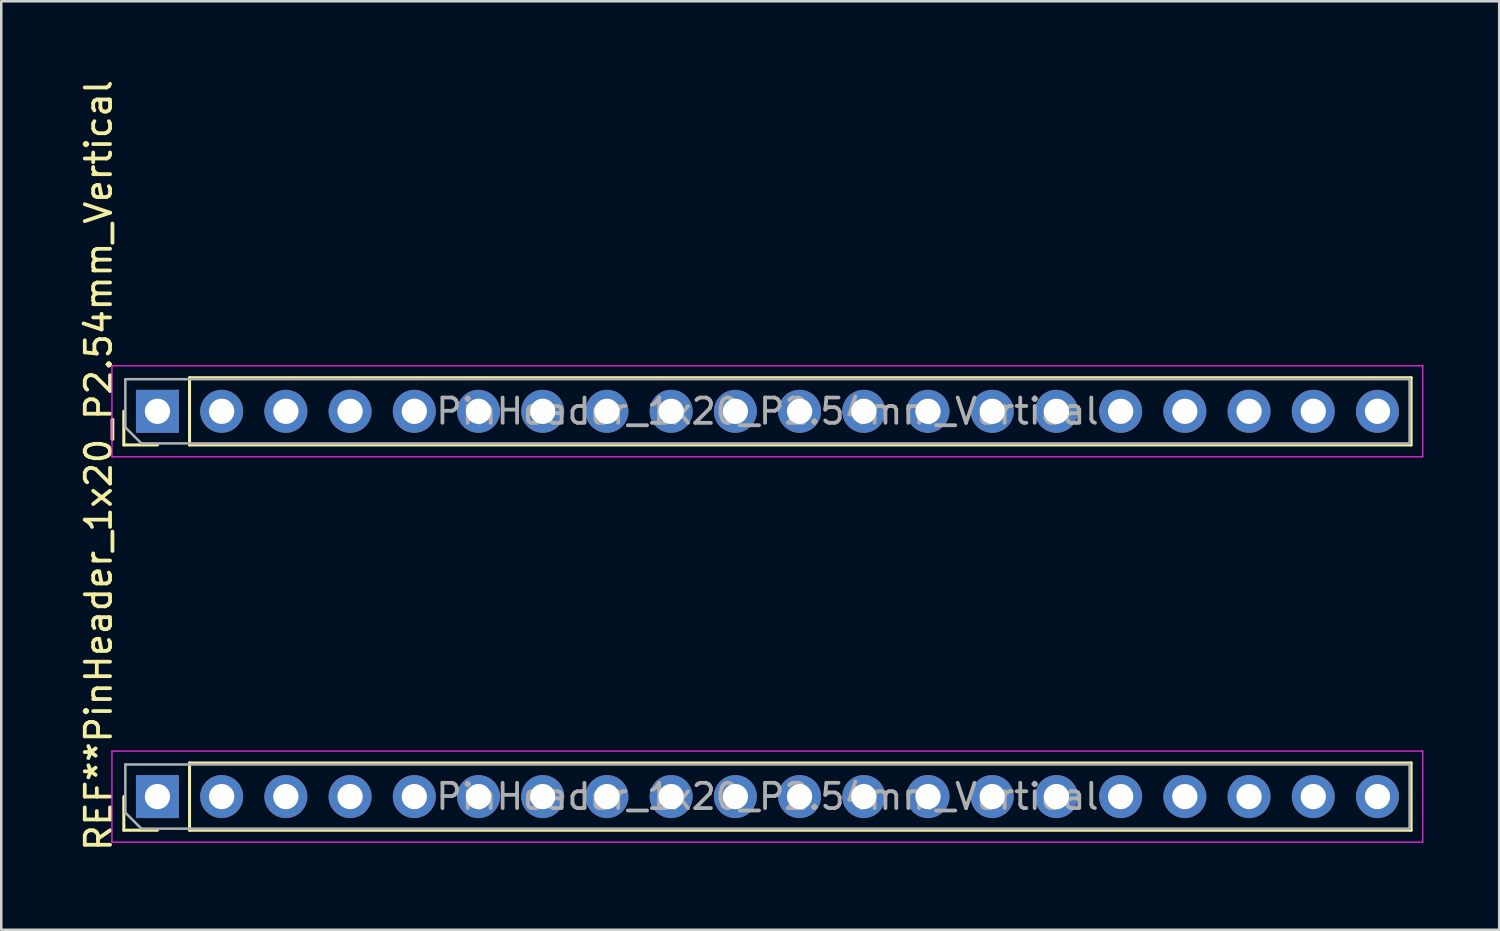
<source format=kicad_pcb>
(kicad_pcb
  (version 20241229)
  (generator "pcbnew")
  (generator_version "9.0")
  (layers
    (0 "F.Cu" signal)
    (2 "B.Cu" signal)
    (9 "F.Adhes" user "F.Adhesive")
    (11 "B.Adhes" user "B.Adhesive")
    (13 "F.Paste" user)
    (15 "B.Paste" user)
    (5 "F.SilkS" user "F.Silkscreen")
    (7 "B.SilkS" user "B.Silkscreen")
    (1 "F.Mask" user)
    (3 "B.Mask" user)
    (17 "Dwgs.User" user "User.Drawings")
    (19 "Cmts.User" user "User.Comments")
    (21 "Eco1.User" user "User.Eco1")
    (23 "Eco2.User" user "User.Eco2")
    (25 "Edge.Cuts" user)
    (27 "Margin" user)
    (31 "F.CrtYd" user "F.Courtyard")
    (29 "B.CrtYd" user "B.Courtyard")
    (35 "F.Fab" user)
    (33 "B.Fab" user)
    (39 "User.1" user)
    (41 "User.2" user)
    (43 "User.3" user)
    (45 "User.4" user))
  (footprint "PinHeader_1x20_P2.54mm_Vertical"
    (layer "F.Cu")
    (at 28.578 28.46)
    (property "Reference" "PinHeader_1x20_P2.54mm_Vertical" (at -27.73 -15.24 90) (layer "F.SilkS") (effects (font (size 1 1) (thickness 0.15))))
    (attr through_hole)
    (fp_line (start -26.73 -13.91) (end -26.73 -15.24) (stroke (width 0.12) (type solid)) (layer "F.SilkS"))
    (fp_line (start -26.73 1.33) (end -26.73 0) (stroke (width 0.12) (type solid)) (layer "F.SilkS"))
    (fp_line (start -25.4 -13.91) (end -26.73 -13.91) (stroke (width 0.12) (type solid)) (layer "F.SilkS"))
    (fp_line (start -25.4 1.33) (end -26.73 1.33) (stroke (width 0.12) (type solid)) (layer "F.SilkS"))
    (fp_line (start -24.13 -16.57) (end 24.19 -16.57) (stroke (width 0.12) (type solid)) (layer "F.SilkS"))
    (fp_line (start -24.13 -13.91) (end -24.13 -16.57) (stroke (width 0.12) (type solid)) (layer "F.SilkS"))
    (fp_line (start -24.13 -13.91) (end 24.19 -13.91) (stroke (width 0.12) (type solid)) (layer "F.SilkS"))
    (fp_line (start -24.13 -1.33) (end 24.19 -1.33) (stroke (width 0.12) (type solid)) (layer "F.SilkS"))
    (fp_line (start -24.13 1.33) (end -24.13 -1.33) (stroke (width 0.12) (type solid)) (layer "F.SilkS"))
    (fp_line (start -24.13 1.33) (end 24.19 1.33) (stroke (width 0.12) (type solid)) (layer "F.SilkS"))
    (fp_line (start 24.19 -13.91) (end 24.19 -16.57) (stroke (width 0.12) (type solid)) (layer "F.SilkS"))
    (fp_line (start 24.19 1.33) (end 24.19 -1.33) (stroke (width 0.12) (type solid)) (layer "F.SilkS"))
    (fp_line (start -27.2 -17.04) (end -27.2 -13.44) (stroke (width 0.05) (type solid)) (layer "F.CrtYd"))
    (fp_line (start -27.2 -13.44) (end 24.65 -13.44) (stroke (width 0.05) (type solid)) (layer "F.CrtYd"))
    (fp_line (start -27.2 -1.8) (end -27.2 1.8) (stroke (width 0.05) (type solid)) (layer "F.CrtYd"))
    (fp_line (start -27.2 1.8) (end 24.65 1.8) (stroke (width 0.05) (type solid)) (layer "F.CrtYd"))
    (fp_line (start 24.65 -17.04) (end -27.2 -17.04) (stroke (width 0.05) (type solid)) (layer "F.CrtYd"))
    (fp_line (start 24.65 -13.44) (end 24.65 -17.04) (stroke (width 0.05) (type solid)) (layer "F.CrtYd"))
    (fp_line (start 24.65 -1.8) (end -27.2 -1.8) (stroke (width 0.05) (type solid)) (layer "F.CrtYd"))
    (fp_line (start 24.65 1.8) (end 24.65 -1.8) (stroke (width 0.05) (type solid)) (layer "F.CrtYd"))
    (fp_line (start -26.67 -16.51) (end 24.13 -16.51) (stroke (width 0.1) (type solid)) (layer "F.Fab"))
    (fp_line (start -26.67 -14.605) (end -26.67 -16.51) (stroke (width 0.1) (type solid)) (layer "F.Fab"))
    (fp_line (start -26.67 -1.27) (end 24.13 -1.27) (stroke (width 0.1) (type solid)) (layer "F.Fab"))
    (fp_line (start -26.67 0.635) (end -26.67 -1.27) (stroke (width 0.1) (type solid)) (layer "F.Fab"))
    (fp_line (start -26.035 -13.97) (end -26.67 -14.605) (stroke (width 0.1) (type solid)) (layer "F.Fab"))
    (fp_line (start -26.035 1.27) (end -26.67 0.635) (stroke (width 0.1) (type solid)) (layer "F.Fab"))
    (fp_line (start 24.13 -16.51) (end 24.13 -13.97) (stroke (width 0.1) (type solid)) (layer "F.Fab"))
    (fp_line (start 24.13 -13.97) (end -26.035 -13.97) (stroke (width 0.1) (type solid)) (layer "F.Fab"))
    (fp_line (start 24.13 -1.27) (end 24.13 1.27) (stroke (width 0.1) (type solid)) (layer "F.Fab"))
    (fp_line (start 24.13 1.27) (end -26.035 1.27) (stroke (width 0.1) (type solid)) (layer "F.Fab"))
    (fp_text user "REF**" (at -27.73 0 90) (layer "F.SilkS") (effects (font (size 1 1) (thickness 0.15))))
    (fp_text user "${REFERENCE}" (at -1.27 -15.24 180) (layer "F.Fab") (effects (font (size 1 1) (thickness 0.15))))
    (fp_text user "${REFERENCE}" (at -1.27 0 180) (layer "F.Fab") (effects (font (size 1 1) (thickness 0.15))))
    (pad "1" thru_hole rect (at -25.4 -15.24 90) (size 1.7 1.7) (drill 1) (layers "*.Cu" "*.Mask"))
    (pad "2" thru_hole oval (at -22.86 -15.24 90) (size 1.7 1.7) (drill 1) (layers "*.Cu" "*.Mask"))
    (pad "3" thru_hole oval (at -20.32 -15.24 90) (size 1.7 1.7) (drill 1) (layers "*.Cu" "*.Mask"))
    (pad "4" thru_hole oval (at -17.78 -15.24 90) (size 1.7 1.7) (drill 1) (layers "*.Cu" "*.Mask"))
    (pad "5" thru_hole oval (at -15.24 -15.24 90) (size 1.7 1.7) (drill 1) (layers "*.Cu" "*.Mask"))
    (pad "6" thru_hole oval (at -12.7 -15.24 90) (size 1.7 1.7) (drill 1) (layers "*.Cu" "*.Mask"))
    (pad "7" thru_hole oval (at -10.16 -15.24 90) (size 1.7 1.7) (drill 1) (layers "*.Cu" "*.Mask"))
    (pad "8" thru_hole oval (at -7.62 -15.24 90) (size 1.7 1.7) (drill 1) (layers "*.Cu" "*.Mask"))
    (pad "9" thru_hole oval (at -5.08 -15.24 90) (size 1.7 1.7) (drill 1) (layers "*.Cu" "*.Mask"))
    (pad "10" thru_hole oval (at -2.54 -15.24 90) (size 1.7 1.7) (drill 1) (layers "*.Cu" "*.Mask"))
    (pad "11" thru_hole oval (at 0 -15.24 90) (size 1.7 1.7) (drill 1) (layers "*.Cu" "*.Mask"))
    (pad "12" thru_hole oval (at 2.54 -15.24 90) (size 1.7 1.7) (drill 1) (layers "*.Cu" "*.Mask"))
    (pad "13" thru_hole oval (at 5.08 -15.24 90) (size 1.7 1.7) (drill 1) (layers "*.Cu" "*.Mask"))
    (pad "14" thru_hole oval (at 7.62 -15.24 90) (size 1.7 1.7) (drill 1) (layers "*.Cu" "*.Mask"))
    (pad "15" thru_hole oval (at 10.16 -15.24 90) (size 1.7 1.7) (drill 1) (layers "*.Cu" "*.Mask"))
    (pad "16" thru_hole oval (at 12.7 -15.24 90) (size 1.7 1.7) (drill 1) (layers "*.Cu" "*.Mask"))
    (pad "17" thru_hole oval (at 15.24 -15.24 90) (size 1.7 1.7) (drill 1) (layers "*.Cu" "*.Mask"))
    (pad "18" thru_hole oval (at 17.78 -15.24 90) (size 1.7 1.7) (drill 1) (layers "*.Cu" "*.Mask"))
    (pad "19" thru_hole oval (at 20.32 -15.24 90) (size 1.7 1.7) (drill 1) (layers "*.Cu" "*.Mask"))
    (pad "20" thru_hole oval (at 22.86 -15.24 90) (size 1.7 1.7) (drill 1) (layers "*.Cu" "*.Mask"))
    (pad "21" thru_hole oval (at 22.86 0 90) (size 1.7 1.7) (drill 1) (layers "*.Cu" "*.Mask"))
    (pad "22" thru_hole oval (at 20.32 0 90) (size 1.7 1.7) (drill 1) (layers "*.Cu" "*.Mask"))
    (pad "23" thru_hole oval (at 17.78 0 90) (size 1.7 1.7) (drill 1) (layers "*.Cu" "*.Mask"))
    (pad "24" thru_hole oval (at 15.24 0 90) (size 1.7 1.7) (drill 1) (layers "*.Cu" "*.Mask"))
    (pad "25" thru_hole oval (at 12.7 0 90) (size 1.7 1.7) (drill 1) (layers "*.Cu" "*.Mask"))
    (pad "26" thru_hole oval (at 10.16 0 90) (size 1.7 1.7) (drill 1) (layers "*.Cu" "*.Mask"))
    (pad "27" thru_hole oval (at 7.62 0 90) (size 1.7 1.7) (drill 1) (layers "*.Cu" "*.Mask"))
    (pad "28" thru_hole oval (at 5.08 0 90) (size 1.7 1.7) (drill 1) (layers "*.Cu" "*.Mask"))
    (pad "29" thru_hole oval (at 2.54 0 90) (size 1.7 1.7) (drill 1) (layers "*.Cu" "*.Mask"))
    (pad "30" thru_hole oval (at 0 0 90) (size 1.7 1.7) (drill 1) (layers "*.Cu" "*.Mask"))
    (pad "31" thru_hole oval (at -2.54 0 90) (size 1.7 1.7) (drill 1) (layers "*.Cu" "*.Mask"))
    (pad "32" thru_hole oval (at -5.08 0 90) (size 1.7 1.7) (drill 1) (layers "*.Cu" "*.Mask"))
    (pad "33" thru_hole oval (at -7.62 0 90) (size 1.7 1.7) (drill 1) (layers "*.Cu" "*.Mask"))
    (pad "34" thru_hole oval (at -10.16 0 90) (size 1.7 1.7) (drill 1) (layers "*.Cu" "*.Mask"))
    (pad "35" thru_hole oval (at -12.7 0 90) (size 1.7 1.7) (drill 1) (layers "*.Cu" "*.Mask"))
    (pad "36" thru_hole oval (at -15.24 0 90) (size 1.7 1.7) (drill 1) (layers "*.Cu" "*.Mask"))
    (pad "37" thru_hole oval (at -17.78 0 90) (size 1.7 1.7) (drill 1) (layers "*.Cu" "*.Mask"))
    (pad "38" thru_hole oval (at -20.32 0 90) (size 1.7 1.7) (drill 1) (layers "*.Cu" "*.Mask"))
    (pad "39" thru_hole oval (at -22.86 0 90) (size 1.7 1.7) (drill 1) (layers "*.Cu" "*.Mask"))
    (pad "40" thru_hole rect (at -25.4 0 90) (size 1.7 1.7) (drill 1) (layers "*.Cu" "*.Mask")))
  (gr_rect
    (start -3 -3)
    (end 56.253 33.728)
    (stroke (width 0.1) (type default))
    (fill no)
    (layer "Edge.Cuts")))
</source>
